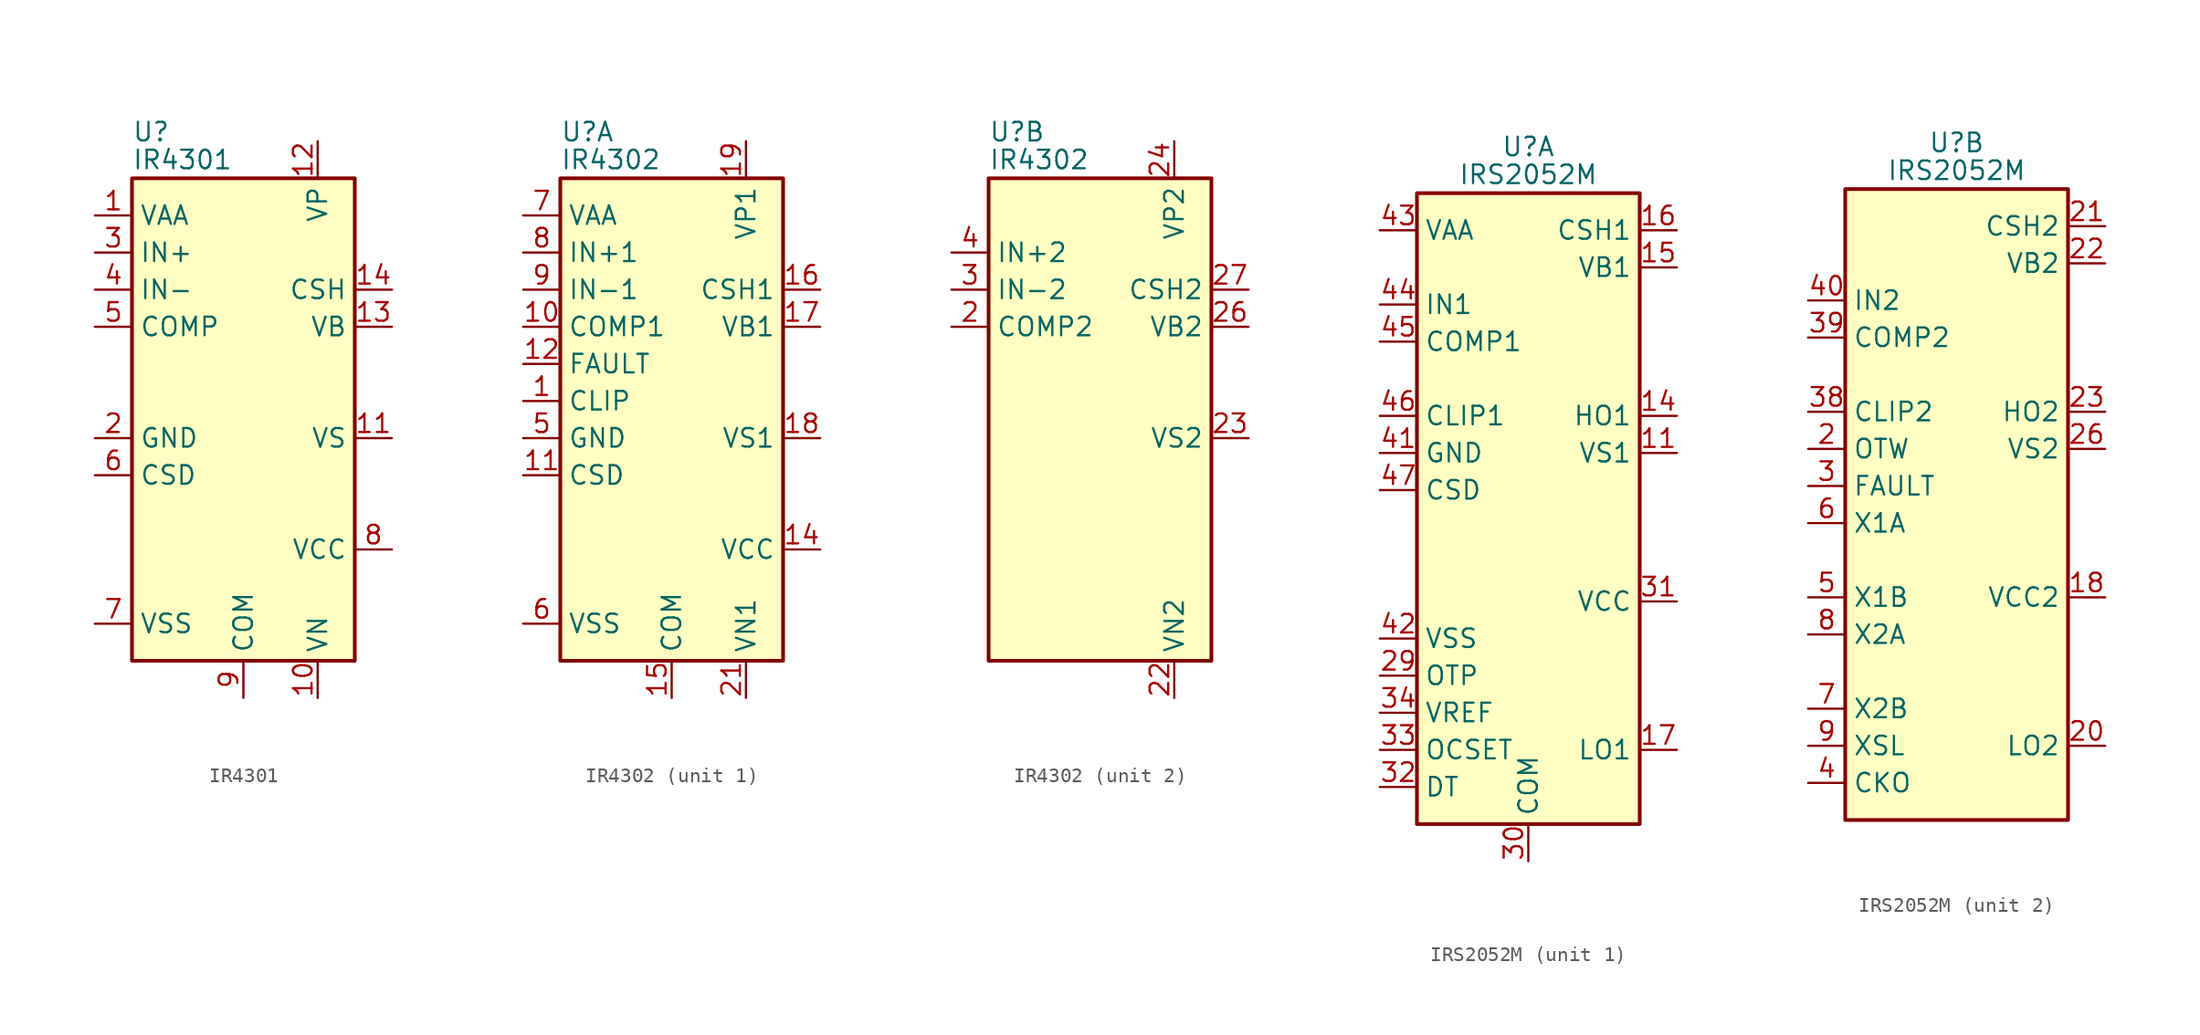
<source format=kicad_sym>
(kicad_symbol_lib
  (version 20211014)
  (generator kicad_symbol_editor)
  (symbol "IR4301"
    (property "Reference" "U"
      (at -7.62 20.955 0)
      (effects (font (size 1.27 1.27)) (justify left)))
    (property "Value" "IR4301"
      (at -7.62 19.05 0)
      (effects (font (size 1.27 1.27)) (justify left)))
    (symbol "IR4301_0_1"
      (rectangle (start -7.62 -15.24) (end 7.62 17.78) (stroke (width 0.254) (type default) (color 0 0 0 0)) (fill (type background))))
    (symbol "IR4301_1_1"
      (pin power_in line (at -10.16 15.24 0) (length 2.54) (name "VAA" (effects (font (size 1.27 1.27)))) (number "1" (effects (font (size 1.27 1.27)))))
      (pin power_in line (at 5.08 -17.78 90) (length 2.54) (name "VN" (effects (font (size 1.27 1.27)))) (number "10" (effects (font (size 1.27 1.27)))))
      (pin output line (at 10.16 0 180) (length 2.54) (name "VS" (effects (font (size 1.27 1.27)))) (number "11" (effects (font (size 1.27 1.27)))))
      (pin power_in line (at 5.08 20.32 270) (length 2.54) (name "VP" (effects (font (size 1.27 1.27)))) (number "12" (effects (font (size 1.27 1.27)))))
      (pin power_in line (at 10.16 7.62 180) (length 2.54) (name "VB" (effects (font (size 1.27 1.27)))) (number "13" (effects (font (size 1.27 1.27)))))
      (pin passive line (at 10.16 10.16 180) (length 2.54) (name "CSH" (effects (font (size 1.27 1.27)))) (number "14" (effects (font (size 1.27 1.27)))))
      (pin passive line (at 0 -17.78 90) (length 2.54) hide (name "COM" (effects (font (size 1.27 1.27)))) (number "15" (effects (font (size 1.27 1.27)))))
      (pin power_in line (at -10.16 0 0) (length 2.54) (name "GND" (effects (font (size 1.27 1.27)))) (number "2" (effects (font (size 1.27 1.27)))))
      (pin input line (at -10.16 12.7 0) (length 2.54) (name "IN+" (effects (font (size 1.27 1.27)))) (number "3" (effects (font (size 1.27 1.27)))))
      (pin input line (at -10.16 10.16 0) (length 2.54) (name "IN-" (effects (font (size 1.27 1.27)))) (number "4" (effects (font (size 1.27 1.27)))))
      (pin output line (at -10.16 7.62 0) (length 2.54) (name "COMP" (effects (font (size 1.27 1.27)))) (number "5" (effects (font (size 1.27 1.27)))))
      (pin passive line (at -10.16 -2.54 0) (length 2.54) (name "CSD" (effects (font (size 1.27 1.27)))) (number "6" (effects (font (size 1.27 1.27)))))
      (pin power_in line (at -10.16 -12.7 0) (length 2.54) (name "VSS" (effects (font (size 1.27 1.27)))) (number "7" (effects (font (size 1.27 1.27)))))
      (pin power_in line (at 10.16 -7.62 180) (length 2.54) (name "VCC" (effects (font (size 1.27 1.27)))) (number "8" (effects (font (size 1.27 1.27)))))
      (pin power_in line (at 0 -17.78 90) (length 2.54) (name "COM" (effects (font (size 1.27 1.27)))) (number "9" (effects (font (size 1.27 1.27)))))))
  (symbol "IR4302"
    (property "Reference" "U"
      (at -7.62 20.955 0)
      (effects (font (size 1.27 1.27)) (justify left)))
    (property "Value" "IR4302"
      (at -7.62 19.05 0)
      (effects (font (size 1.27 1.27)) (justify left)))
    (property "ki_locked" ""
      (at 0 0 0)
      (effects (font (size 1.27 1.27))))
    (symbol "IR4302_0_1"
      (rectangle (start -7.62 -15.24) (end 7.62 17.78) (stroke (width 0.254) (type default) (color 0 0 0 0)) (fill (type background))))
    (symbol "IR4302_1_1"
      (pin open_collector line (at -10.16 2.54 0) (length 2.54) (name "CLIP" (effects (font (size 1.27 1.27)))) (number "1" (effects (font (size 1.27 1.27)))))
      (pin output line (at -10.16 7.62 0) (length 2.54) (name "COMP1" (effects (font (size 1.27 1.27)))) (number "10" (effects (font (size 1.27 1.27)))))
      (pin passive line (at -10.16 -2.54 0) (length 2.54) (name "CSD" (effects (font (size 1.27 1.27)))) (number "11" (effects (font (size 1.27 1.27)))))
      (pin open_collector line (at -10.16 5.08 0) (length 2.54) (name "FAULT" (effects (font (size 1.27 1.27)))) (number "12" (effects (font (size 1.27 1.27)))))
      (pin no_connect line (at -7.62 -5.08 0) (length 2.54) hide (name "NC" (effects (font (size 1.27 1.27)))) (number "13" (effects (font (size 1.27 1.27)))))
      (pin power_in line (at 10.16 -7.62 180) (length 2.54) (name "VCC" (effects (font (size 1.27 1.27)))) (number "14" (effects (font (size 1.27 1.27)))))
      (pin power_in line (at 0 -17.78 90) (length 2.54) (name "COM" (effects (font (size 1.27 1.27)))) (number "15" (effects (font (size 1.27 1.27)))))
      (pin passive line (at 10.16 10.16 180) (length 2.54) (name "CSH1" (effects (font (size 1.27 1.27)))) (number "16" (effects (font (size 1.27 1.27)))))
      (pin power_in line (at 10.16 7.62 180) (length 2.54) (name "VB1" (effects (font (size 1.27 1.27)))) (number "17" (effects (font (size 1.27 1.27)))))
      (pin output line (at 10.16 0 180) (length 2.54) (name "VS1" (effects (font (size 1.27 1.27)))) (number "18" (effects (font (size 1.27 1.27)))))
      (pin power_in line (at 5.08 20.32 270) (length 2.54) (name "VP1" (effects (font (size 1.27 1.27)))) (number "19" (effects (font (size 1.27 1.27)))))
      (pin passive line (at 10.16 0 180) (length 2.54) hide (name "VS1" (effects (font (size 1.27 1.27)))) (number "20" (effects (font (size 1.27 1.27)))))
      (pin power_in line (at 5.08 -17.78 90) (length 2.54) (name "VN1" (effects (font (size 1.27 1.27)))) (number "21" (effects (font (size 1.27 1.27)))))
      (pin passive line (at 0 -17.78 90) (length 2.54) hide (name "COM" (effects (font (size 1.27 1.27)))) (number "28" (effects (font (size 1.27 1.27)))))
      (pin no_connect line (at -7.62 -7.62 0) (length 2.54) hide (name "NC" (effects (font (size 1.27 1.27)))) (number "29" (effects (font (size 1.27 1.27)))))
      (pin no_connect line (at -7.62 -10.16 0) (length 2.54) hide (name "NC" (effects (font (size 1.27 1.27)))) (number "30" (effects (font (size 1.27 1.27)))))
      (pin passive line (at 0 -17.78 90) (length 2.54) hide (name "COM" (effects (font (size 1.27 1.27)))) (number "31" (effects (font (size 1.27 1.27)))))
      (pin power_in line (at -10.16 0 0) (length 2.54) (name "GND" (effects (font (size 1.27 1.27)))) (number "5" (effects (font (size 1.27 1.27)))))
      (pin power_in line (at -10.16 -12.7 0) (length 2.54) (name "VSS" (effects (font (size 1.27 1.27)))) (number "6" (effects (font (size 1.27 1.27)))))
      (pin power_in line (at -10.16 15.24 0) (length 2.54) (name "VAA" (effects (font (size 1.27 1.27)))) (number "7" (effects (font (size 1.27 1.27)))))
      (pin input line (at -10.16 12.7 0) (length 2.54) (name "IN+1" (effects (font (size 1.27 1.27)))) (number "8" (effects (font (size 1.27 1.27)))))
      (pin input line (at -10.16 10.16 0) (length 2.54) (name "IN-1" (effects (font (size 1.27 1.27)))) (number "9" (effects (font (size 1.27 1.27))))))
    (symbol "IR4302_2_1"
      (pin output line (at -10.16 7.62 0) (length 2.54) (name "COMP2" (effects (font (size 1.27 1.27)))) (number "2" (effects (font (size 1.27 1.27)))))
      (pin power_in line (at 5.08 -17.78 90) (length 2.54) (name "VN2" (effects (font (size 1.27 1.27)))) (number "22" (effects (font (size 1.27 1.27)))))
      (pin output line (at 10.16 0 180) (length 2.54) (name "VS2" (effects (font (size 1.27 1.27)))) (number "23" (effects (font (size 1.27 1.27)))))
      (pin power_in line (at 5.08 20.32 270) (length 2.54) (name "VP2" (effects (font (size 1.27 1.27)))) (number "24" (effects (font (size 1.27 1.27)))))
      (pin passive line (at 10.16 0 180) (length 2.54) hide (name "VS2" (effects (font (size 1.27 1.27)))) (number "25" (effects (font (size 1.27 1.27)))))
      (pin power_in line (at 10.16 7.62 180) (length 2.54) (name "VB2" (effects (font (size 1.27 1.27)))) (number "26" (effects (font (size 1.27 1.27)))))
      (pin passive line (at 10.16 10.16 180) (length 2.54) (name "CSH2" (effects (font (size 1.27 1.27)))) (number "27" (effects (font (size 1.27 1.27)))))
      (pin input line (at -10.16 10.16 0) (length 2.54) (name "IN-2" (effects (font (size 1.27 1.27)))) (number "3" (effects (font (size 1.27 1.27)))))
      (pin input line (at -10.16 12.7 0) (length 2.54) (name "IN+2" (effects (font (size 1.27 1.27)))) (number "4" (effects (font (size 1.27 1.27)))))))
  (symbol "IRS2052M"
    (property "Reference" "U"
      (at 0 26.035 0)
      (effects (font (size 1.27 1.27))))
    (property "Value" "IRS2052M"
      (at 0 24.13 0)
      (effects (font (size 1.27 1.27))))
    (property "ki_locked" ""
      (at 0 0 0)
      (effects (font (size 1.27 1.27))))
    (symbol "IRS2052M_0_1"
      (rectangle (start -7.62 -20.32) (end 7.62 22.86) (stroke (width 0.254) (type default) (color 0 0 0 0)) (fill (type background))))
    (symbol "IRS2052M_1_1"
      (pin no_connect line (at -7.62 17.78 0) (length 2.54) hide (name "NC" (effects (font (size 1.27 1.27)))) (number "1" (effects (font (size 1.27 1.27)))))
      (pin no_connect line (at -7.62 10.16 0) (length 2.54) hide (name "NC" (effects (font (size 1.27 1.27)))) (number "10" (effects (font (size 1.27 1.27)))))
      (pin passive line (at 10.16 5.08 180) (length 2.54) (name "VS1" (effects (font (size 1.27 1.27)))) (number "11" (effects (font (size 1.27 1.27)))))
      (pin no_connect line (at -7.62 0 0) (length 2.54) hide (name "NC" (effects (font (size 1.27 1.27)))) (number "12" (effects (font (size 1.27 1.27)))))
      (pin no_connect line (at -7.62 -2.54 0) (length 2.54) hide (name "NC" (effects (font (size 1.27 1.27)))) (number "13" (effects (font (size 1.27 1.27)))))
      (pin output line (at 10.16 7.62 180) (length 2.54) (name "HO1" (effects (font (size 1.27 1.27)))) (number "14" (effects (font (size 1.27 1.27)))))
      (pin power_in line (at 10.16 17.78 180) (length 2.54) (name "VB1" (effects (font (size 1.27 1.27)))) (number "15" (effects (font (size 1.27 1.27)))))
      (pin passive line (at 10.16 20.32 180) (length 2.54) (name "CSH1" (effects (font (size 1.27 1.27)))) (number "16" (effects (font (size 1.27 1.27)))))
      (pin output line (at 10.16 -15.24 180) (length 2.54) (name "LO1" (effects (font (size 1.27 1.27)))) (number "17" (effects (font (size 1.27 1.27)))))
      (pin passive line (at 0 -22.86 90) (length 2.54) hide (name "COM" (effects (font (size 1.27 1.27)))) (number "19" (effects (font (size 1.27 1.27)))))
      (pin no_connect line (at -7.62 -5.08 0) (length 2.54) hide (name "NC" (effects (font (size 1.27 1.27)))) (number "24" (effects (font (size 1.27 1.27)))))
      (pin no_connect line (at 7.62 15.24 180) (length 2.54) hide (name "NC" (effects (font (size 1.27 1.27)))) (number "25" (effects (font (size 1.27 1.27)))))
      (pin no_connect line (at 7.62 12.7 180) (length 2.54) hide (name "NC" (effects (font (size 1.27 1.27)))) (number "27" (effects (font (size 1.27 1.27)))))
      (pin no_connect line (at 7.62 10.16 180) (length 2.54) hide (name "NC" (effects (font (size 1.27 1.27)))) (number "28" (effects (font (size 1.27 1.27)))))
      (pin passive line (at -10.16 -10.16 0) (length 2.54) (name "OTP" (effects (font (size 1.27 1.27)))) (number "29" (effects (font (size 1.27 1.27)))))
      (pin power_in line (at 0 -22.86 90) (length 2.54) (name "COM" (effects (font (size 1.27 1.27)))) (number "30" (effects (font (size 1.27 1.27)))))
      (pin power_in line (at 10.16 -5.08 180) (length 2.54) (name "VCC" (effects (font (size 1.27 1.27)))) (number "31" (effects (font (size 1.27 1.27)))))
      (pin passive line (at -10.16 -17.78 0) (length 2.54) (name "DT" (effects (font (size 1.27 1.27)))) (number "32" (effects (font (size 1.27 1.27)))))
      (pin passive line (at -10.16 -15.24 0) (length 2.54) (name "OCSET" (effects (font (size 1.27 1.27)))) (number "33" (effects (font (size 1.27 1.27)))))
      (pin power_out line (at -10.16 -12.7 0) (length 2.54) (name "VREF" (effects (font (size 1.27 1.27)))) (number "34" (effects (font (size 1.27 1.27)))))
      (pin no_connect line (at 7.62 2.54 180) (length 2.54) hide (name "NC" (effects (font (size 1.27 1.27)))) (number "35" (effects (font (size 1.27 1.27)))))
      (pin no_connect line (at 7.62 0 180) (length 2.54) hide (name "NC" (effects (font (size 1.27 1.27)))) (number "36" (effects (font (size 1.27 1.27)))))
      (pin no_connect line (at 7.62 -2.54 180) (length 2.54) hide (name "NC" (effects (font (size 1.27 1.27)))) (number "37" (effects (font (size 1.27 1.27)))))
      (pin power_in line (at -10.16 5.08 0) (length 2.54) (name "GND" (effects (font (size 1.27 1.27)))) (number "41" (effects (font (size 1.27 1.27)))))
      (pin power_in line (at -10.16 -7.62 0) (length 2.54) (name "VSS" (effects (font (size 1.27 1.27)))) (number "42" (effects (font (size 1.27 1.27)))))
      (pin power_in line (at -10.16 20.32 0) (length 2.54) (name "VAA" (effects (font (size 1.27 1.27)))) (number "43" (effects (font (size 1.27 1.27)))))
      (pin input line (at -10.16 15.24 0) (length 2.54) (name "IN1" (effects (font (size 1.27 1.27)))) (number "44" (effects (font (size 1.27 1.27)))))
      (pin output line (at -10.16 12.7 0) (length 2.54) (name "COMP1" (effects (font (size 1.27 1.27)))) (number "45" (effects (font (size 1.27 1.27)))))
      (pin open_collector line (at -10.16 7.62 0) (length 2.54) (name "CLIP1" (effects (font (size 1.27 1.27)))) (number "46" (effects (font (size 1.27 1.27)))))
      (pin passive line (at -10.16 2.54 0) (length 2.54) (name "CSD" (effects (font (size 1.27 1.27)))) (number "47" (effects (font (size 1.27 1.27)))))
      (pin no_connect line (at 7.62 -7.62 180) (length 2.54) hide (name "NC" (effects (font (size 1.27 1.27)))) (number "48" (effects (font (size 1.27 1.27)))))
      (pin passive line (at 0 -22.86 90) (length 2.54) hide (name "COM" (effects (font (size 1.27 1.27)))) (number "49" (effects (font (size 1.27 1.27))))))
    (symbol "IRS2052M_2_1"
      (pin power_in line (at 10.16 -5.08 180) (length 2.54) (name "VCC2" (effects (font (size 1.27 1.27)))) (number "18" (effects (font (size 1.27 1.27)))))
      (pin open_collector line (at -10.16 5.08 0) (length 2.54) (name "OTW" (effects (font (size 1.27 1.27)))) (number "2" (effects (font (size 1.27 1.27)))))
      (pin output line (at 10.16 -15.24 180) (length 2.54) (name "LO2" (effects (font (size 1.27 1.27)))) (number "20" (effects (font (size 1.27 1.27)))))
      (pin passive line (at 10.16 20.32 180) (length 2.54) (name "CSH2" (effects (font (size 1.27 1.27)))) (number "21" (effects (font (size 1.27 1.27)))))
      (pin power_in line (at 10.16 17.78 180) (length 2.54) (name "VB2" (effects (font (size 1.27 1.27)))) (number "22" (effects (font (size 1.27 1.27)))))
      (pin output line (at 10.16 7.62 180) (length 2.54) (name "HO2" (effects (font (size 1.27 1.27)))) (number "23" (effects (font (size 1.27 1.27)))))
      (pin passive line (at 10.16 5.08 180) (length 2.54) (name "VS2" (effects (font (size 1.27 1.27)))) (number "26" (effects (font (size 1.27 1.27)))))
      (pin open_collector line (at -10.16 2.54 0) (length 2.54) (name "FAULT" (effects (font (size 1.27 1.27)))) (number "3" (effects (font (size 1.27 1.27)))))
      (pin open_collector line (at -10.16 7.62 0) (length 2.54) (name "CLIP2" (effects (font (size 1.27 1.27)))) (number "38" (effects (font (size 1.27 1.27)))))
      (pin output line (at -10.16 12.7 0) (length 2.54) (name "COMP2" (effects (font (size 1.27 1.27)))) (number "39" (effects (font (size 1.27 1.27)))))
      (pin output line (at -10.16 -17.78 0) (length 2.54) (name "CKO" (effects (font (size 1.27 1.27)))) (number "4" (effects (font (size 1.27 1.27)))))
      (pin input line (at -10.16 15.24 0) (length 2.54) (name "IN2" (effects (font (size 1.27 1.27)))) (number "40" (effects (font (size 1.27 1.27)))))
      (pin output line (at -10.16 -5.08 0) (length 2.54) (name "X1B" (effects (font (size 1.27 1.27)))) (number "5" (effects (font (size 1.27 1.27)))))
      (pin input line (at -10.16 0 0) (length 2.54) (name "X1A" (effects (font (size 1.27 1.27)))) (number "6" (effects (font (size 1.27 1.27)))))
      (pin output line (at -10.16 -12.7 0) (length 2.54) (name "X2B" (effects (font (size 1.27 1.27)))) (number "7" (effects (font (size 1.27 1.27)))))
      (pin input line (at -10.16 -7.62 0) (length 2.54) (name "X2A" (effects (font (size 1.27 1.27)))) (number "8" (effects (font (size 1.27 1.27)))))
      (pin input line (at -10.16 -15.24 0) (length 2.54) (name "XSL" (effects (font (size 1.27 1.27)))) (number "9" (effects (font (size 1.27 1.27))))))))
</source>
